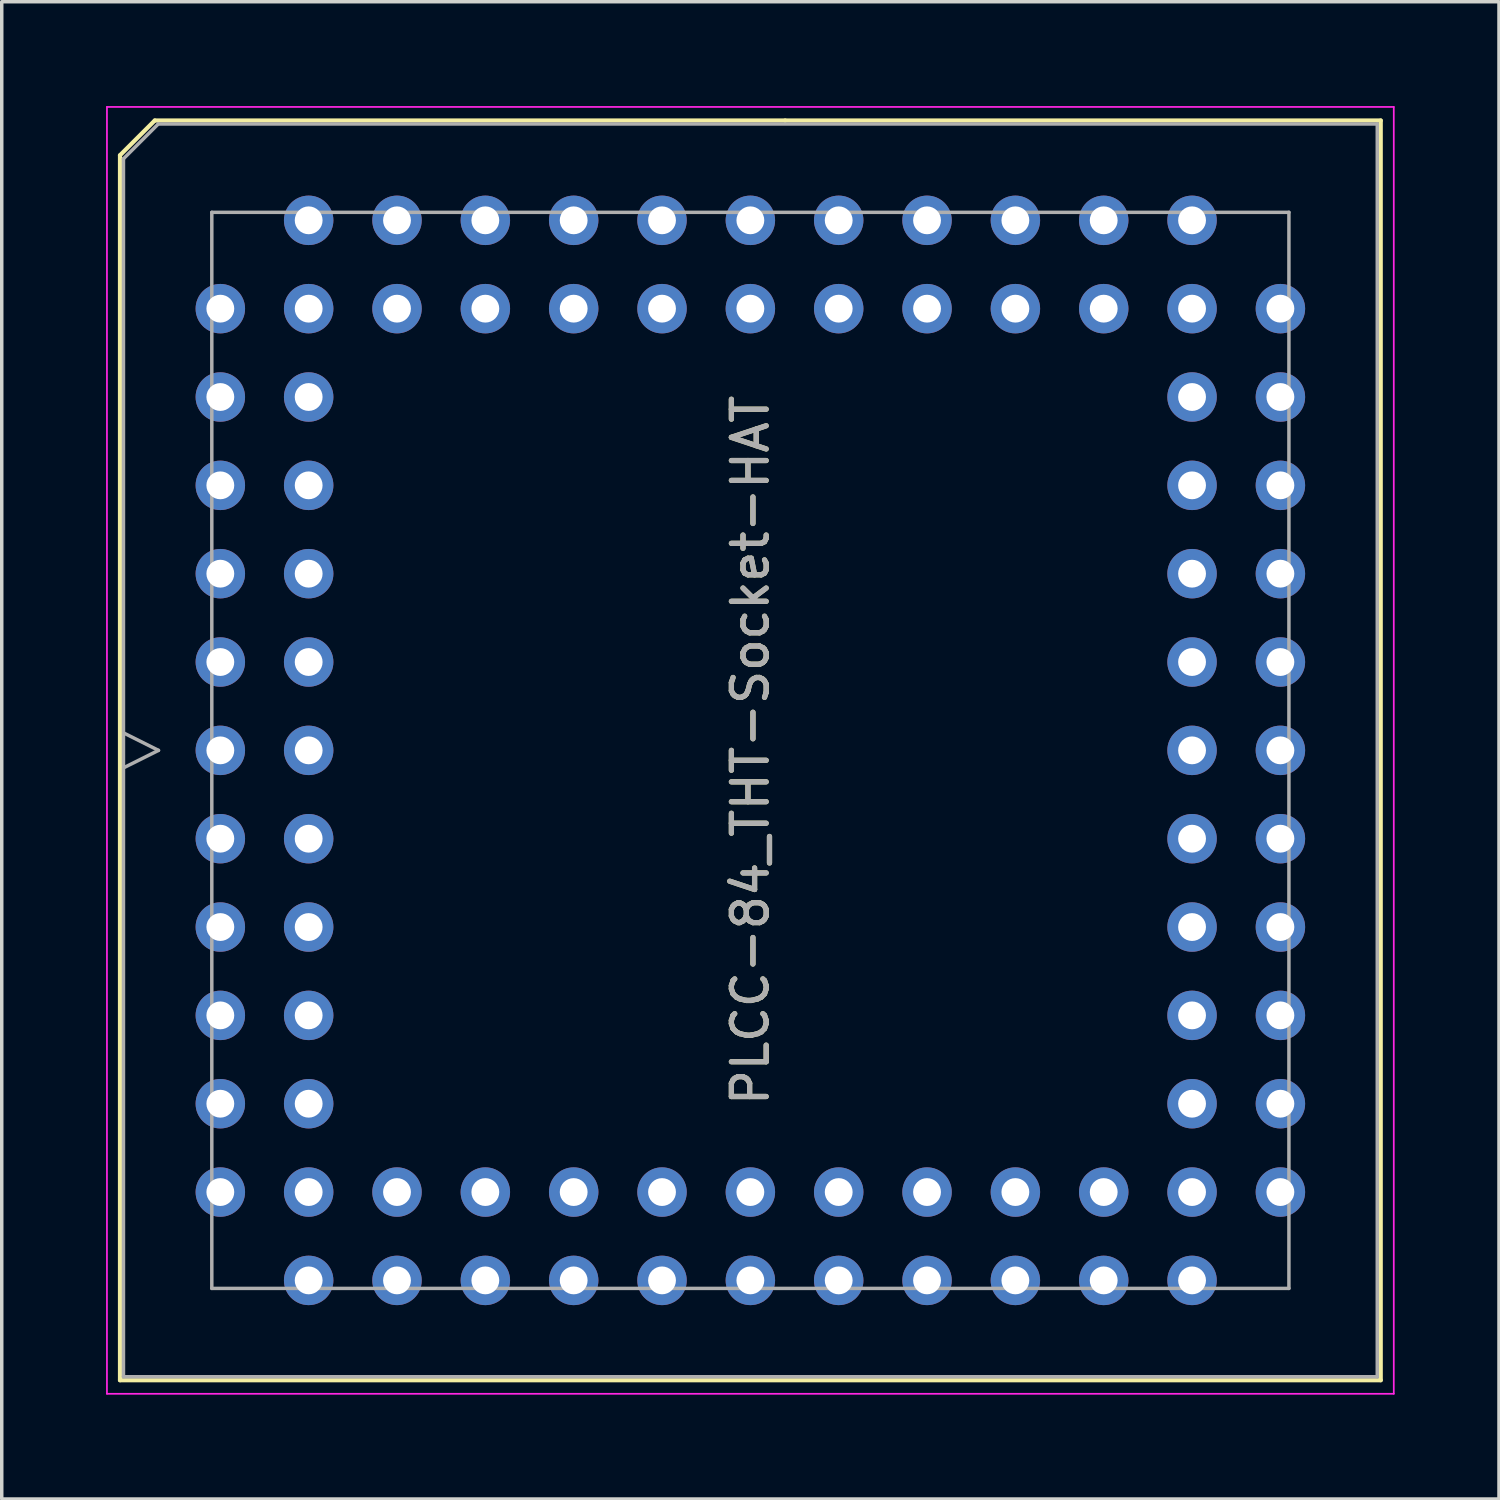
<source format=kicad_pcb>
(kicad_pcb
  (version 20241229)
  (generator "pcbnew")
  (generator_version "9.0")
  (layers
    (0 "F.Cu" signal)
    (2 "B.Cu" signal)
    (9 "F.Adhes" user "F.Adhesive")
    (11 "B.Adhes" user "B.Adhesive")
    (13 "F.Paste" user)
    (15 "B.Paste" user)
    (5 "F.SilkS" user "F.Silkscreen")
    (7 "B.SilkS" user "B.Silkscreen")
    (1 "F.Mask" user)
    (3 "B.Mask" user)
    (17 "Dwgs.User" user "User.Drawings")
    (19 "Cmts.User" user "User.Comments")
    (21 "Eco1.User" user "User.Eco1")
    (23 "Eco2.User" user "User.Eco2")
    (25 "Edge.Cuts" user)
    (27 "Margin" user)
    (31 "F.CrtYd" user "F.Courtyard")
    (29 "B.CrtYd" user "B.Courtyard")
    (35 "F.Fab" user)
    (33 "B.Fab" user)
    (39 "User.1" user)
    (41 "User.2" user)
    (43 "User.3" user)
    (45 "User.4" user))
  (footprint "PLCC-84_THT-Socket-HAT"
    (layer "F.Cu")
    (at 18.525 18.525)
    (property "Reference" "PLCC-84_THT-Socket-HAT" (at 0 0 270) (layer "F.SilkS") (effects (font (size 1 1) (thickness 0.15))))
    (attr through_hole)
    (fp_line (start -18.125 -17.11) (end -18.125 18.11) (stroke (width 0.12) (type solid)) (layer "F.SilkS"))
    (fp_line (start -18.125 18.11) (end 18.125 18.11) (stroke (width 0.12) (type solid)) (layer "F.SilkS"))
    (fp_line (start -17.125 -18.11) (end -18.125 -17.11) (stroke (width 0.12) (type solid)) (layer "F.SilkS"))
    (fp_line (start 1 -18.11) (end -17.125 -18.11) (stroke (width 0.12) (type solid)) (layer "F.SilkS"))
    (fp_line (start 18.125 -18.11) (end 1 -18.11) (stroke (width 0.12) (type solid)) (layer "F.SilkS"))
    (fp_line (start 18.125 18.11) (end 18.125 -18.11) (stroke (width 0.12) (type solid)) (layer "F.SilkS"))
    (fp_line (start -18.5 -18.5) (end -18.5 18.5) (stroke (width 0.05) (type solid)) (layer "F.CrtYd"))
    (fp_line (start -18.5 18.5) (end 18.5 18.5) (stroke (width 0.05) (type solid)) (layer "F.CrtYd"))
    (fp_line (start 18.5 -18.5) (end -18.5 -18.5) (stroke (width 0.05) (type solid)) (layer "F.CrtYd"))
    (fp_line (start 18.5 18.5) (end 18.5 -18.5) (stroke (width 0.05) (type solid)) (layer "F.CrtYd"))
    (fp_line (start -18.025 -17.01) (end -18.025 18.01) (stroke (width 0.1) (type solid)) (layer "F.Fab"))
    (fp_line (start -18.025 18.01) (end 18.025 18.01) (stroke (width 0.1) (type solid)) (layer "F.Fab"))
    (fp_line (start -18.018 0.5) (end -17.018 0) (stroke (width 0.1) (type solid)) (layer "F.Fab"))
    (fp_line (start -17.025 -18.01) (end -18.025 -17.01) (stroke (width 0.1) (type solid)) (layer "F.Fab"))
    (fp_line (start -17.018 0) (end -18.018 -0.5) (stroke (width 0.1) (type solid)) (layer "F.Fab"))
    (fp_line (start -15.485 -15.47) (end -15.485 15.47) (stroke (width 0.1) (type solid)) (layer "F.Fab"))
    (fp_line (start -15.485 15.47) (end 15.485 15.47) (stroke (width 0.1) (type solid)) (layer "F.Fab"))
    (fp_line (start 15.485 -15.47) (end -15.485 -15.47) (stroke (width 0.1) (type solid)) (layer "F.Fab"))
    (fp_line (start 15.485 15.47) (end 15.485 -15.47) (stroke (width 0.1) (type solid)) (layer "F.Fab"))
    (fp_line (start 18.025 -18.01) (end -17.025 -18.01) (stroke (width 0.1) (type solid)) (layer "F.Fab"))
    (fp_line (start 18.025 18.01) (end 18.025 -18.01) (stroke (width 0.1) (type solid)) (layer "F.Fab"))
    (fp_text user "${REFERENCE}" (at 0 0 90) (layer "F.Fab") (effects (font (size 1 1) (thickness 0.15))))
    (pad "1" thru_hole circle (at -15.24 0) (size 1.422 1.422) (drill 0.8) (layers "*.Cu" "*.Mask"))
    (pad "2" thru_hole circle (at -12.7 -2.54) (size 1.422 1.422) (drill 0.8) (layers "*.Cu" "*.Mask"))
    (pad "3" thru_hole circle (at -15.24 -2.54) (size 1.422 1.422) (drill 0.8) (layers "*.Cu" "*.Mask"))
    (pad "4" thru_hole circle (at -12.7 -5.08) (size 1.422 1.422) (drill 0.8) (layers "*.Cu" "*.Mask"))
    (pad "5" thru_hole circle (at -15.24 -5.08) (size 1.422 1.422) (drill 0.8) (layers "*.Cu" "*.Mask"))
    (pad "6" thru_hole circle (at -12.7 -7.62) (size 1.422 1.422) (drill 0.8) (layers "*.Cu" "*.Mask"))
    (pad "7" thru_hole circle (at -15.24 -7.62) (size 1.422 1.422) (drill 0.8) (layers "*.Cu" "*.Mask"))
    (pad "8" thru_hole circle (at -12.7 -10.16) (size 1.422 1.422) (drill 0.8) (layers "*.Cu" "*.Mask"))
    (pad "9" thru_hole circle (at -15.24 -10.16) (size 1.422 1.422) (drill 0.8) (layers "*.Cu" "*.Mask"))
    (pad "10" thru_hole circle (at -12.7 -12.7) (size 1.422 1.422) (drill 0.8) (layers "*.Cu" "*.Mask"))
    (pad "11" thru_hole circle (at -15.24 -12.7) (size 1.422 1.422) (drill 0.8) (layers "*.Cu" "*.Mask"))
    (pad "12" thru_hole circle (at -12.7 -15.24) (size 1.422 1.422) (drill 0.8) (layers "*.Cu" "*.Mask"))
    (pad "13" thru_hole circle (at -10.16 -12.7) (size 1.422 1.422) (drill 0.8) (layers "*.Cu" "*.Mask"))
    (pad "14" thru_hole circle (at -10.16 -15.24) (size 1.422 1.422) (drill 0.8) (layers "*.Cu" "*.Mask"))
    (pad "15" thru_hole circle (at -7.62 -12.7) (size 1.422 1.422) (drill 0.8) (layers "*.Cu" "*.Mask"))
    (pad "16" thru_hole circle (at -7.62 -15.24) (size 1.422 1.422) (drill 0.8) (layers "*.Cu" "*.Mask"))
    (pad "17" thru_hole circle (at -5.08 -12.7) (size 1.422 1.422) (drill 0.8) (layers "*.Cu" "*.Mask"))
    (pad "18" thru_hole circle (at -5.08 -15.24) (size 1.422 1.422) (drill 0.8) (layers "*.Cu" "*.Mask"))
    (pad "19" thru_hole circle (at -2.54 -12.7) (size 1.422 1.422) (drill 0.8) (layers "*.Cu" "*.Mask"))
    (pad "20" thru_hole circle (at -2.54 -15.24) (size 1.422 1.422) (drill 0.8) (layers "*.Cu" "*.Mask"))
    (pad "21" thru_hole circle (at 0 -12.7) (size 1.422 1.422) (drill 0.8) (layers "*.Cu" "*.Mask"))
    (pad "22" thru_hole circle (at 0 -15.24) (size 1.422 1.422) (drill 0.8) (layers "*.Cu" "*.Mask"))
    (pad "23" thru_hole circle (at 2.54 -12.7) (size 1.422 1.422) (drill 0.8) (layers "*.Cu" "*.Mask"))
    (pad "24" thru_hole circle (at 2.54 -15.24) (size 1.422 1.422) (drill 0.8) (layers "*.Cu" "*.Mask"))
    (pad "25" thru_hole circle (at 5.08 -12.7) (size 1.422 1.422) (drill 0.8) (layers "*.Cu" "*.Mask"))
    (pad "26" thru_hole circle (at 5.08 -15.24) (size 1.422 1.422) (drill 0.8) (layers "*.Cu" "*.Mask"))
    (pad "27" thru_hole circle (at 7.62 -12.7) (size 1.422 1.422) (drill 0.8) (layers "*.Cu" "*.Mask"))
    (pad "28" thru_hole circle (at 7.62 -15.24) (size 1.422 1.422) (drill 0.8) (layers "*.Cu" "*.Mask"))
    (pad "29" thru_hole circle (at 10.16 -12.7) (size 1.422 1.422) (drill 0.8) (layers "*.Cu" "*.Mask"))
    (pad "30" thru_hole circle (at 10.16 -15.24) (size 1.422 1.422) (drill 0.8) (layers "*.Cu" "*.Mask"))
    (pad "31" thru_hole circle (at 12.7 -12.7) (size 1.422 1.422) (drill 0.8) (layers "*.Cu" "*.Mask"))
    (pad "32" thru_hole circle (at 12.7 -15.24) (size 1.422 1.422) (drill 0.8) (layers "*.Cu" "*.Mask"))
    (pad "33" thru_hole circle (at 15.24 -12.7) (size 1.422 1.422) (drill 0.8) (layers "*.Cu" "*.Mask"))
    (pad "34" thru_hole circle (at 12.7 -10.16) (size 1.422 1.422) (drill 0.8) (layers "*.Cu" "*.Mask"))
    (pad "35" thru_hole circle (at 15.24 -10.16) (size 1.422 1.422) (drill 0.8) (layers "*.Cu" "*.Mask"))
    (pad "36" thru_hole circle (at 12.7 -7.62) (size 1.422 1.422) (drill 0.8) (layers "*.Cu" "*.Mask"))
    (pad "37" thru_hole circle (at 15.24 -7.62) (size 1.422 1.422) (drill 0.8) (layers "*.Cu" "*.Mask"))
    (pad "38" thru_hole circle (at 12.7 -5.08) (size 1.422 1.422) (drill 0.8) (layers "*.Cu" "*.Mask"))
    (pad "39" thru_hole circle (at 15.24 -5.08) (size 1.422 1.422) (drill 0.8) (layers "*.Cu" "*.Mask"))
    (pad "40" thru_hole circle (at 12.7 -2.54) (size 1.422 1.422) (drill 0.8) (layers "*.Cu" "*.Mask"))
    (pad "41" thru_hole circle (at 15.24 -2.54) (size 1.422 1.422) (drill 0.8) (layers "*.Cu" "*.Mask"))
    (pad "42" thru_hole circle (at 12.7 0) (size 1.422 1.422) (drill 0.8) (layers "*.Cu" "*.Mask"))
    (pad "43" thru_hole circle (at 15.24 0) (size 1.422 1.422) (drill 0.8) (layers "*.Cu" "*.Mask"))
    (pad "44" thru_hole circle (at 12.7 2.54) (size 1.422 1.422) (drill 0.8) (layers "*.Cu" "*.Mask"))
    (pad "45" thru_hole circle (at 15.24 2.54) (size 1.422 1.422) (drill 0.8) (layers "*.Cu" "*.Mask"))
    (pad "46" thru_hole circle (at 12.7 5.08) (size 1.422 1.422) (drill 0.8) (layers "*.Cu" "*.Mask"))
    (pad "47" thru_hole circle (at 15.24 5.08) (size 1.422 1.422) (drill 0.8) (layers "*.Cu" "*.Mask"))
    (pad "48" thru_hole circle (at 12.7 7.62) (size 1.422 1.422) (drill 0.8) (layers "*.Cu" "*.Mask"))
    (pad "49" thru_hole circle (at 15.24 7.62) (size 1.422 1.422) (drill 0.8) (layers "*.Cu" "*.Mask"))
    (pad "50" thru_hole circle (at 12.7 10.16) (size 1.422 1.422) (drill 0.8) (layers "*.Cu" "*.Mask"))
    (pad "51" thru_hole circle (at 15.24 10.16) (size 1.422 1.422) (drill 0.8) (layers "*.Cu" "*.Mask"))
    (pad "52" thru_hole circle (at 12.7 12.7) (size 1.422 1.422) (drill 0.8) (layers "*.Cu" "*.Mask"))
    (pad "53" thru_hole circle (at 15.24 12.7) (size 1.422 1.422) (drill 0.8) (layers "*.Cu" "*.Mask"))
    (pad "54" thru_hole circle (at 12.7 15.24) (size 1.422 1.422) (drill 0.8) (layers "*.Cu" "*.Mask"))
    (pad "55" thru_hole circle (at 10.16 12.7) (size 1.422 1.422) (drill 0.8) (layers "*.Cu" "*.Mask"))
    (pad "56" thru_hole circle (at 10.16 15.24) (size 1.422 1.422) (drill 0.8) (layers "*.Cu" "*.Mask"))
    (pad "57" thru_hole circle (at 7.62 12.7) (size 1.422 1.422) (drill 0.8) (layers "*.Cu" "*.Mask"))
    (pad "58" thru_hole circle (at 7.62 15.24) (size 1.422 1.422) (drill 0.8) (layers "*.Cu" "*.Mask"))
    (pad "59" thru_hole circle (at 5.08 12.7) (size 1.422 1.422) (drill 0.8) (layers "*.Cu" "*.Mask"))
    (pad "60" thru_hole circle (at 5.08 15.24) (size 1.422 1.422) (drill 0.8) (layers "*.Cu" "*.Mask"))
    (pad "61" thru_hole circle (at 2.54 12.7) (size 1.422 1.422) (drill 0.8) (layers "*.Cu" "*.Mask"))
    (pad "62" thru_hole circle (at 2.54 15.24) (size 1.422 1.422) (drill 0.8) (layers "*.Cu" "*.Mask"))
    (pad "63" thru_hole circle (at 0 12.7) (size 1.422 1.422) (drill 0.8) (layers "*.Cu" "*.Mask"))
    (pad "64" thru_hole circle (at 0 15.24) (size 1.422 1.422) (drill 0.8) (layers "*.Cu" "*.Mask"))
    (pad "65" thru_hole circle (at -2.54 12.7) (size 1.422 1.422) (drill 0.8) (layers "*.Cu" "*.Mask"))
    (pad "66" thru_hole circle (at -2.54 15.24) (size 1.422 1.422) (drill 0.8) (layers "*.Cu" "*.Mask"))
    (pad "67" thru_hole circle (at -5.08 12.7) (size 1.422 1.422) (drill 0.8) (layers "*.Cu" "*.Mask"))
    (pad "68" thru_hole circle (at -5.08 15.24) (size 1.422 1.422) (drill 0.8) (layers "*.Cu" "*.Mask"))
    (pad "69" thru_hole circle (at -7.62 12.7) (size 1.422 1.422) (drill 0.8) (layers "*.Cu" "*.Mask"))
    (pad "70" thru_hole circle (at -7.62 15.24) (size 1.422 1.422) (drill 0.8) (layers "*.Cu" "*.Mask"))
    (pad "71" thru_hole circle (at -10.16 12.7) (size 1.422 1.422) (drill 0.8) (layers "*.Cu" "*.Mask"))
    (pad "72" thru_hole circle (at -10.16 15.24) (size 1.422 1.422) (drill 0.8) (layers "*.Cu" "*.Mask"))
    (pad "73" thru_hole circle (at -12.7 12.7) (size 1.422 1.422) (drill 0.8) (layers "*.Cu" "*.Mask"))
    (pad "74" thru_hole circle (at -12.7 15.24) (size 1.422 1.422) (drill 0.8) (layers "*.Cu" "*.Mask"))
    (pad "75" thru_hole circle (at -15.24 12.7) (size 1.422 1.422) (drill 0.8) (layers "*.Cu" "*.Mask"))
    (pad "76" thru_hole circle (at -12.7 10.16) (size 1.422 1.422) (drill 0.8) (layers "*.Cu" "*.Mask"))
    (pad "77" thru_hole circle (at -15.24 10.16) (size 1.422 1.422) (drill 0.8) (layers "*.Cu" "*.Mask"))
    (pad "78" thru_hole circle (at -12.7 7.62) (size 1.422 1.422) (drill 0.8) (layers "*.Cu" "*.Mask"))
    (pad "79" thru_hole circle (at -15.24 7.62) (size 1.422 1.422) (drill 0.8) (layers "*.Cu" "*.Mask"))
    (pad "80" thru_hole circle (at -12.7 5.08) (size 1.422 1.422) (drill 0.8) (layers "*.Cu" "*.Mask"))
    (pad "81" thru_hole circle (at -15.24 5.08) (size 1.422 1.422) (drill 0.8) (layers "*.Cu" "*.Mask"))
    (pad "82" thru_hole circle (at -12.7 2.54) (size 1.422 1.422) (drill 0.8) (layers "*.Cu" "*.Mask"))
    (pad "83" thru_hole circle (at -15.24 2.54) (size 1.422 1.422) (drill 0.8) (layers "*.Cu" "*.Mask"))
    (pad "84" thru_hole circle (at -12.7 0) (size 1.422 1.422) (drill 0.8) (layers "*.Cu" "*.Mask")))
  (gr_rect
    (start -3 -3)
    (end 40.05 40.05)
    (stroke (width 0.1) (type default))
    (fill no)
    (layer "Edge.Cuts")))
</source>
